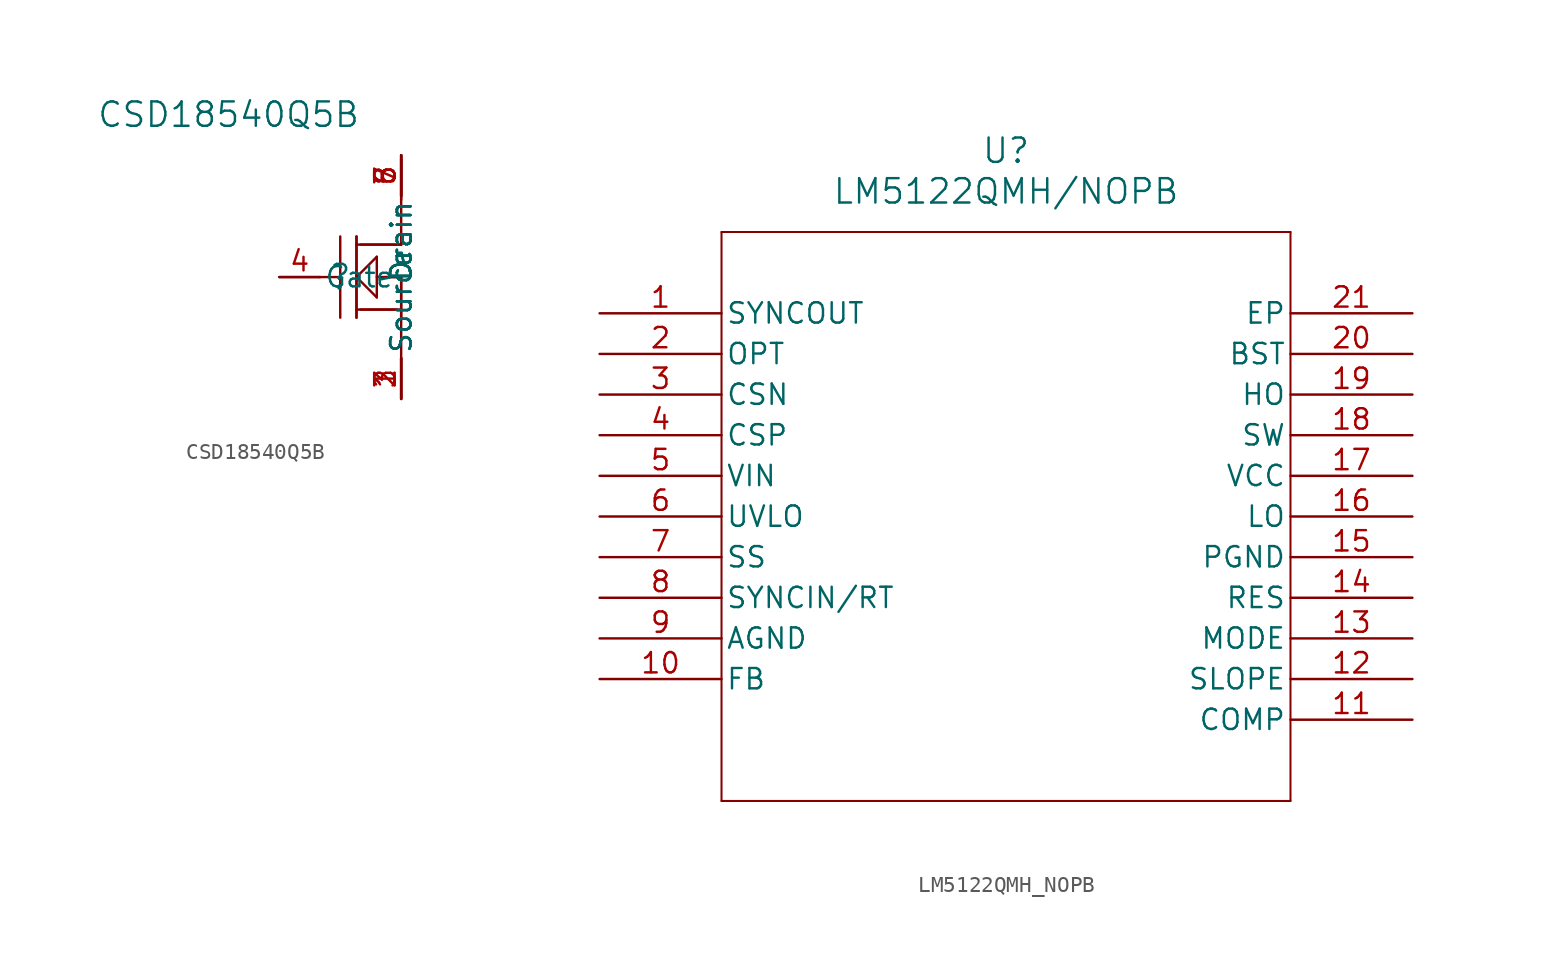
<source format=kicad_sym>
(kicad_symbol_lib
  (version 20241209)
  (generator "kicad_symbol_editor")
  (generator_version "9.0")
  (symbol "CSD18540Q5B"
    (pin_names
      (offset 0.254))
    (property "Reference" ""
      (at 0 0 0)
      (effects (font (size 1.524 1.524))))
    (property "Value" "CSD18540Q5B"
      (at -6.985 10.16 0)
      (effects (font (size 1.524 1.524))))
    (property "ki_locked" ""
      (at 0 0 0)
      (effects (font (size 1.27 1.27))))
    (symbol "CSD18540Q5B_1_1"
      (polyline (pts (xy -3.81 0) (xy -1.27 0)) (stroke (width 0.152) (type default)) (fill (type none)))
      (polyline (pts (xy -1.27 0) (xy 0 0)) (stroke (width 0.152) (type default)) (fill (type none)))
      (polyline (pts (xy 0 -2.54) (xy 0 2.54)) (stroke (width 0.152) (type default)) (fill (type none)))
      (polyline (pts (xy 1.016 2.54) (xy 1.016 -2.54)) (stroke (width 0.152) (type default)) (fill (type none)))
      (polyline (pts (xy 1.016 2.54) (xy 1.016 -2.54)) (stroke (width 0.152) (type default)) (fill (type none)))
      (polyline (pts (xy 1.016 0) (xy 2.286 1.27)) (stroke (width 0.152) (type default)) (fill (type none)))
      (polyline (pts (xy 1.016 -2.032) (xy 3.81 -2.032)) (stroke (width 0.152) (type default)) (fill (type none)))
      (polyline (pts (xy 1.27 -2.032) (xy 3.556 -2.032)) (stroke (width 0.152) (type default)) (fill (type none)))
      (polyline (pts (xy 2.286 1.27) (xy 2.286 -1.27)) (stroke (width 0.152) (type default)) (fill (type none)))
      (polyline (pts (xy 2.286 0) (xy 3.81 0)) (stroke (width 0.152) (type default)) (fill (type none)))
      (polyline (pts (xy 2.286 -1.27) (xy 1.016 0)) (stroke (width 0.152) (type default)) (fill (type none)))
      (polyline (pts (xy 2.794 0) (xy 3.81 0)) (stroke (width 0.152) (type default)) (fill (type none)))
      (polyline (pts (xy 3.81 7.366) (xy 3.81 4.826)) (stroke (width 0.152) (type default)) (fill (type none)))
      (polyline (pts (xy 3.81 5.08) (xy 3.81 2.54)) (stroke (width 0.152) (type default)) (fill (type none)))
      (polyline (pts (xy 3.81 2.54) (xy 3.81 2.032)) (stroke (width 0.152) (type default)) (fill (type none)))
      (polyline (pts (xy 3.81 2.54) (xy 3.81 2.032)) (stroke (width 0.152) (type default)) (fill (type none)))
      (polyline (pts (xy 3.81 2.032) (xy 1.016 2.032)) (stroke (width 0.152) (type default)) (fill (type none)))
      (polyline (pts (xy 3.81 2.032) (xy 1.27 2.032)) (stroke (width 0.152) (type default)) (fill (type none)))
      (polyline (pts (xy 3.81 0) (xy 3.81 -2.54)) (stroke (width 0.152) (type default)) (fill (type none)))
      (polyline (pts (xy 3.81 0) (xy 3.81 -2.54)) (stroke (width 0.152) (type default)) (fill (type none)))
      (polyline (pts (xy 3.81 -2.54) (xy 3.81 -5.08)) (stroke (width 0.152) (type default)) (fill (type none)))
      (polyline (pts (xy 3.81 -7.62) (xy 3.81 -5.08)) (stroke (width 0.152) (type default)) (fill (type none)))
      (pin unspecified line (at -3.81 0 0) (length 2.54) (name "Gate" (effects (font (size 1.27 1.27)))) (number "4" (effects (font (size 1.27 1.27)))))
      (pin unspecified line (at 3.81 7.62 270) (length 2.54) (name "Drain" (effects (font (size 1.27 1.27)))) (number "5" (effects (font (size 1.27 1.27)))))
      (pin unspecified line (at 3.81 7.62 270) (length 2.54) (name "Drain" (effects (font (size 1.27 1.27)))) (number "6" (effects (font (size 1.27 1.27)))))
      (pin unspecified line (at 3.81 7.62 270) (length 2.54) (name "Drain" (effects (font (size 1.27 1.27)))) (number "7" (effects (font (size 1.27 1.27)))))
      (pin unspecified line (at 3.81 7.62 270) (length 2.54) (name "Drain" (effects (font (size 1.27 1.27)))) (number "8" (effects (font (size 1.27 1.27)))))
      (pin unspecified line (at 3.81 -7.62 90) (length 2.54) (name "Source" (effects (font (size 1.27 1.27)))) (number "1" (effects (font (size 1.27 1.27)))))
      (pin unspecified line (at 3.81 -7.62 90) (length 2.54) (name "Source" (effects (font (size 1.27 1.27)))) (number "2" (effects (font (size 1.27 1.27)))))
      (pin unspecified line (at 3.81 -7.62 90) (length 2.54) (name "Source" (effects (font (size 1.27 1.27)))) (number "3" (effects (font (size 1.27 1.27)))))))
  (symbol "LM5122QMH_NOPB"
    (pin_names
      (offset 0.254))
    (property "Reference" "U"
      (at 25.4 10.16 0)
      (effects (font (size 1.524 1.524))))
    (property "Value" "LM5122QMH/NOPB"
      (at 25.4 7.62 0)
      (effects (font (size 1.524 1.524))))
    (property "ki_locked" ""
      (at 0 0 0)
      (effects (font (size 1.27 1.27))))
    (symbol "LM5122QMH_NOPB_0_1"
      (polyline (pts (xy 7.62 5.08) (xy 7.62 -30.48)) (stroke (width 0.127) (type default)) (fill (type none)))
      (polyline (pts (xy 7.62 -30.48) (xy 43.18 -30.48)) (stroke (width 0.127) (type default)) (fill (type none)))
      (polyline (pts (xy 43.18 5.08) (xy 7.62 5.08)) (stroke (width 0.127) (type default)) (fill (type none)))
      (polyline (pts (xy 43.18 -30.48) (xy 43.18 5.08)) (stroke (width 0.127) (type default)) (fill (type none)))
      (pin output line (at 0 0 0) (length 7.62) (name "SYNCOUT" (effects (font (size 1.27 1.27)))) (number "1" (effects (font (size 1.27 1.27)))))
      (pin input line (at 0 -2.54 0) (length 7.62) (name "OPT" (effects (font (size 1.27 1.27)))) (number "2" (effects (font (size 1.27 1.27)))))
      (pin input line (at 0 -5.08 0) (length 7.62) (name "CSN" (effects (font (size 1.27 1.27)))) (number "3" (effects (font (size 1.27 1.27)))))
      (pin input line (at 0 -7.62 0) (length 7.62) (name "CSP" (effects (font (size 1.27 1.27)))) (number "4" (effects (font (size 1.27 1.27)))))
      (pin input line (at 0 -10.16 0) (length 7.62) (name "VIN" (effects (font (size 1.27 1.27)))) (number "5" (effects (font (size 1.27 1.27)))))
      (pin input line (at 0 -12.7 0) (length 7.62) (name "UVLO" (effects (font (size 1.27 1.27)))) (number "6" (effects (font (size 1.27 1.27)))))
      (pin input line (at 0 -15.24 0) (length 7.62) (name "SS" (effects (font (size 1.27 1.27)))) (number "7" (effects (font (size 1.27 1.27)))))
      (pin input line (at 0 -17.78 0) (length 7.62) (name "SYNCIN/RT" (effects (font (size 1.27 1.27)))) (number "8" (effects (font (size 1.27 1.27)))))
      (pin power_in line (at 0 -20.32 0) (length 7.62) (name "AGND" (effects (font (size 1.27 1.27)))) (number "9" (effects (font (size 1.27 1.27)))))
      (pin input line (at 0 -22.86 0) (length 7.62) (name "FB" (effects (font (size 1.27 1.27)))) (number "10" (effects (font (size 1.27 1.27)))))
      (pin power_out line (at 50.8 0 180) (length 7.62) (name "EP" (effects (font (size 1.27 1.27)))) (number "21" (effects (font (size 1.27 1.27)))))
      (pin input line (at 50.8 -2.54 180) (length 7.62) (name "BST" (effects (font (size 1.27 1.27)))) (number "20" (effects (font (size 1.27 1.27)))))
      (pin output line (at 50.8 -5.08 180) (length 7.62) (name "HO" (effects (font (size 1.27 1.27)))) (number "19" (effects (font (size 1.27 1.27)))))
      (pin bidirectional line (at 50.8 -7.62 180) (length 7.62) (name "SW" (effects (font (size 1.27 1.27)))) (number "18" (effects (font (size 1.27 1.27)))))
      (pin power_in line (at 50.8 -10.16 180) (length 7.62) (name "VCC" (effects (font (size 1.27 1.27)))) (number "17" (effects (font (size 1.27 1.27)))))
      (pin output line (at 50.8 -12.7 180) (length 7.62) (name "LO" (effects (font (size 1.27 1.27)))) (number "16" (effects (font (size 1.27 1.27)))))
      (pin power_in line (at 50.8 -15.24 180) (length 7.62) (name "PGND" (effects (font (size 1.27 1.27)))) (number "15" (effects (font (size 1.27 1.27)))))
      (pin output line (at 50.8 -17.78 180) (length 7.62) (name "RES" (effects (font (size 1.27 1.27)))) (number "14" (effects (font (size 1.27 1.27)))))
      (pin input line (at 50.8 -20.32 180) (length 7.62) (name "MODE" (effects (font (size 1.27 1.27)))) (number "13" (effects (font (size 1.27 1.27)))))
      (pin input line (at 50.8 -22.86 180) (length 7.62) (name "SLOPE" (effects (font (size 1.27 1.27)))) (number "12" (effects (font (size 1.27 1.27)))))
      (pin output line (at 50.8 -25.4 180) (length 7.62) (name "COMP" (effects (font (size 1.27 1.27)))) (number "11" (effects (font (size 1.27 1.27))))))))
</source>
